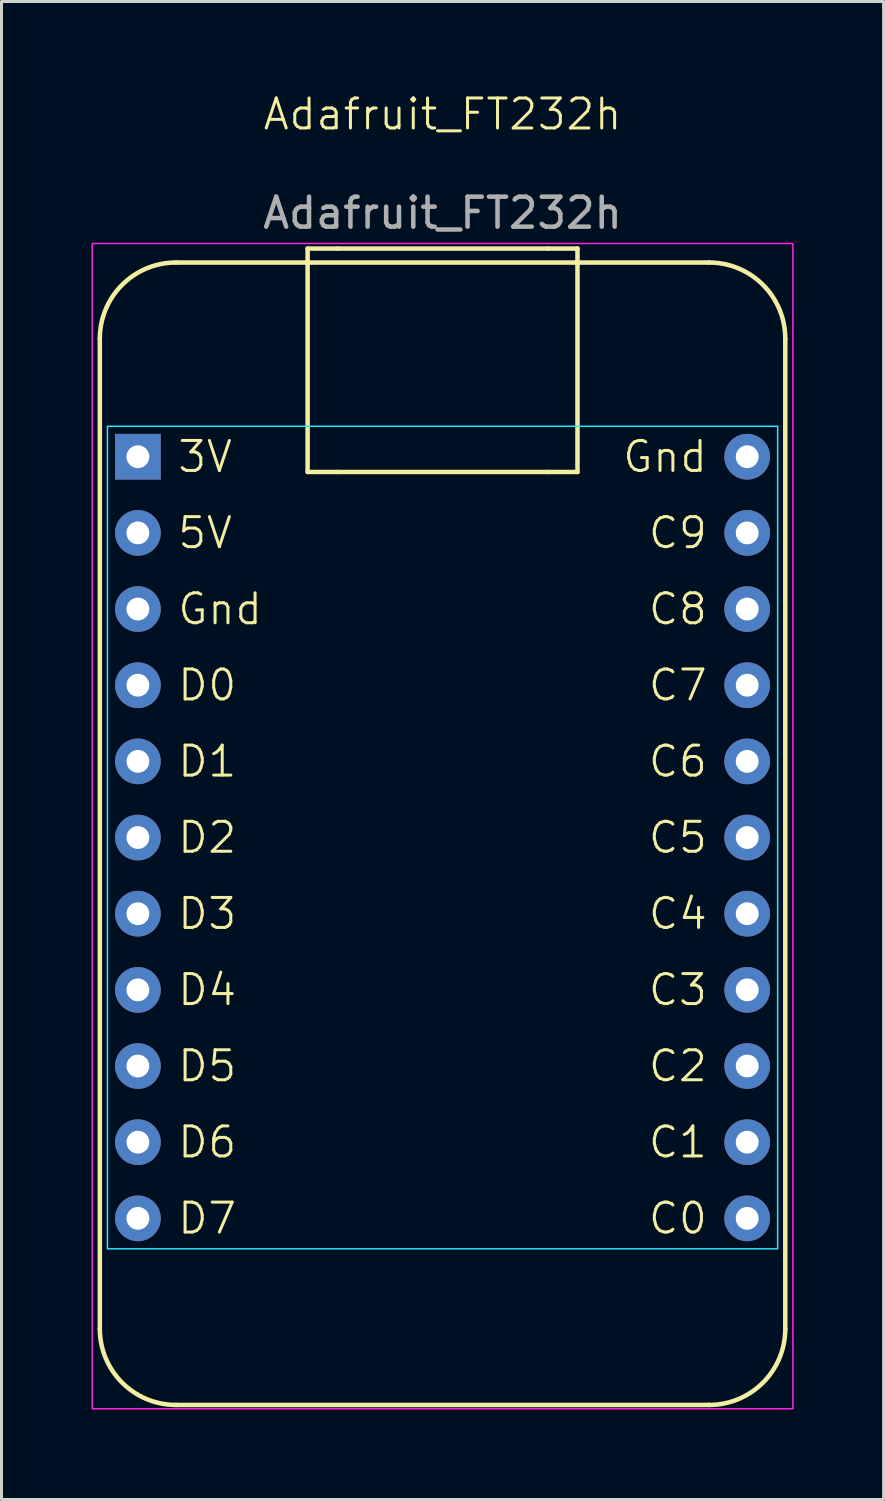
<source format=kicad_pcb>
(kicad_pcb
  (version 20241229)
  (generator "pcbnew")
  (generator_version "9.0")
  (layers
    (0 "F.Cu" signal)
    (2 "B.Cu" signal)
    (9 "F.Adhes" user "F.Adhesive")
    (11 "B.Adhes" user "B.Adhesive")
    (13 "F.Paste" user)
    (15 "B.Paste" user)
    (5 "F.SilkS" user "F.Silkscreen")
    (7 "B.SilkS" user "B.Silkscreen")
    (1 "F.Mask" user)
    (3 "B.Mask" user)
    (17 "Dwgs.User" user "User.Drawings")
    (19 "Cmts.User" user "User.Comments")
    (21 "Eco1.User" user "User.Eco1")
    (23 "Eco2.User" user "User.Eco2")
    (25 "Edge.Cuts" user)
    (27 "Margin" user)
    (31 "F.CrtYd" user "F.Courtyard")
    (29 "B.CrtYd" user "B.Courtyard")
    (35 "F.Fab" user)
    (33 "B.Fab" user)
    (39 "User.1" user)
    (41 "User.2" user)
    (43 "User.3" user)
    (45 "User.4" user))
  (footprint "Adafruit_FT232h"
    (layer "F.Cu")
    (at 1.549 12.182)
    (property "Reference" "Adafruit_FT232h" (at 10.16 -11.422 0) (unlocked yes) (layer "F.SilkS") (effects (font (size 1 1) (thickness 0.1))))
    (attr through_hole)
    (fp_line (start -1.27 -3.937) (end -1.27 29.083) (stroke (width 0.15) (type solid)) (layer "F.SilkS"))
    (fp_line (start 1.27 31.623) (end 19.05 31.623) (stroke (width 0.15) (type solid)) (layer "F.SilkS"))
    (fp_line (start 5.66 -6.942) (end 6.66 -6.942) (stroke (width 0.15) (type solid)) (layer "F.SilkS"))
    (fp_line (start 5.66 0.508) (end 5.66 -6.942) (stroke (width 0.15) (type solid)) (layer "F.SilkS"))
    (fp_line (start 6.66 -6.942) (end 13.66 -6.942) (stroke (width 0.15) (type solid)) (layer "F.SilkS"))
    (fp_line (start 6.66 0.508) (end 5.66 0.508) (stroke (width 0.15) (type solid)) (layer "F.SilkS"))
    (fp_line (start 6.66 0.508) (end 13.66 0.508) (stroke (width 0.15) (type solid)) (layer "F.SilkS"))
    (fp_line (start 13.66 -6.942) (end 14.66 -6.942) (stroke (width 0.15) (type solid)) (layer "F.SilkS"))
    (fp_line (start 14.66 -6.942) (end 14.66 0.508) (stroke (width 0.15) (type solid)) (layer "F.SilkS"))
    (fp_line (start 14.66 0.508) (end 13.66 0.508) (stroke (width 0.15) (type solid)) (layer "F.SilkS"))
    (fp_line (start 19.05 -6.477) (end 1.27 -6.477) (stroke (width 0.15) (type solid)) (layer "F.SilkS"))
    (fp_line (start 21.59 29.083) (end 21.59 -3.937) (stroke (width 0.15) (type solid)) (layer "F.SilkS"))
    (fp_arc (start -1.27 -3.937) (mid -0.526051 -5.733051) (end 1.27 -6.477) (stroke (width 0.15) (type solid)) (layer "F.SilkS"))
    (fp_arc (start 1.27 31.623) (mid -0.526051 30.879051) (end -1.27 29.083) (stroke (width 0.15) (type solid)) (layer "F.SilkS"))
    (fp_arc (start 19.05 -6.477) (mid 20.846051 -5.733051) (end 21.59 -3.937) (stroke (width 0.15) (type solid)) (layer "F.SilkS"))
    (fp_arc (start 21.59 29.083) (mid 20.846051 30.879051) (end 19.05 31.623) (stroke (width 0.15) (type solid)) (layer "F.SilkS"))
    (fp_rect (start -1.016 -1.016) (end 21.336 26.416) (stroke (width 0.05) (type default)) (fill no) (layer "B.CrtYd"))
    (fp_rect (start -1.524 -7.112) (end 21.844 31.75) (stroke (width 0.05) (type default)) (fill no) (layer "F.CrtYd"))
    (fp_text user "C0" (at 19.05 25.4 0) (unlocked yes) (layer "F.SilkS") (effects (font (size 1 1) (thickness 0.1)) (justify right)))
    (fp_text user "D4" (at 1.27 17.78 0) (unlocked yes) (layer "F.SilkS") (effects (font (size 1 1) (thickness 0.1)) (justify left)))
    (fp_text user "C6" (at 19.05 10.16 0) (unlocked yes) (layer "F.SilkS") (effects (font (size 1 1) (thickness 0.1)) (justify right)))
    (fp_text user "Gnd" (at 19.05 0 0) (unlocked yes) (layer "F.SilkS") (effects (font (size 1 1) (thickness 0.1)) (justify right)))
    (fp_text user "C9" (at 19.05 2.54 0) (unlocked yes) (layer "F.SilkS") (effects (font (size 1 1) (thickness 0.1)) (justify right)))
    (fp_text user "5V" (at 1.27 2.54 0) (unlocked yes) (layer "F.SilkS") (effects (font (size 1 1) (thickness 0.1)) (justify left)))
    (fp_text user "D6" (at 1.27 22.86 0) (unlocked yes) (layer "F.SilkS") (effects (font (size 1 1) (thickness 0.1)) (justify left)))
    (fp_text user "C7" (at 19.05 7.62 0) (unlocked yes) (layer "F.SilkS") (effects (font (size 1 1) (thickness 0.1)) (justify right)))
    (fp_text user "Gnd" (at 1.27 5.08 0) (unlocked yes) (layer "F.SilkS") (effects (font (size 1 1) (thickness 0.1)) (justify left)))
    (fp_text user "3V" (at 1.27 0 0) (unlocked yes) (layer "F.SilkS") (effects (font (size 1 1) (thickness 0.1)) (justify left)))
    (fp_text user "D1" (at 1.27 10.16 0) (unlocked yes) (layer "F.SilkS") (effects (font (size 1 1) (thickness 0.1)) (justify left)))
    (fp_text user "C3" (at 19.05 17.78 0) (unlocked yes) (layer "F.SilkS") (effects (font (size 1 1) (thickness 0.1)) (justify right)))
    (fp_text user "D2" (at 1.27 12.7 0) (unlocked yes) (layer "F.SilkS") (effects (font (size 1 1) (thickness 0.1)) (justify left)))
    (fp_text user "C8" (at 19.05 5.08 0) (unlocked yes) (layer "F.SilkS") (effects (font (size 1 1) (thickness 0.1)) (justify right)))
    (fp_text user "D7" (at 1.27 25.4 0) (unlocked yes) (layer "F.SilkS") (effects (font (size 1 1) (thickness 0.1)) (justify left)))
    (fp_text user "D0" (at 1.27 7.62 0) (unlocked yes) (layer "F.SilkS") (effects (font (size 1 1) (thickness 0.1)) (justify left)))
    (fp_text user "C4" (at 19.05 15.24 0) (unlocked yes) (layer "F.SilkS") (effects (font (size 1 1) (thickness 0.1)) (justify right)))
    (fp_text user "C2" (at 19.05 20.32 0) (unlocked yes) (layer "F.SilkS") (effects (font (size 1 1) (thickness 0.1)) (justify right)))
    (fp_text user "C5" (at 19.05 12.7 0) (unlocked yes) (layer "F.SilkS") (effects (font (size 1 1) (thickness 0.1)) (justify right)))
    (fp_text user "D5" (at 1.27 20.32 0) (unlocked yes) (layer "F.SilkS") (effects (font (size 1 1) (thickness 0.1)) (justify left)))
    (fp_text user "D3" (at 1.27 15.24 0) (unlocked yes) (layer "F.SilkS") (effects (font (size 1 1) (thickness 0.1)) (justify left)))
    (fp_text user "C1" (at 19.05 22.86 0) (unlocked yes) (layer "F.SilkS") (effects (font (size 1 1) (thickness 0.1)) (justify right)))
    (fp_text user "${REFERENCE}" (at 10.16 -8.128 0) (unlocked yes) (layer "F.Fab") (effects (font (size 1 1) (thickness 0.15))))
    (pad "1" thru_hole rect (at 0 0) (size 1.524 1.524) (drill 0.762) (layers "*.Cu" "*.Mask"))
    (pad "2" thru_hole circle (at 0 2.54) (size 1.524 1.524) (drill 0.762) (layers "*.Cu" "*.Mask"))
    (pad "3" thru_hole circle (at 0 5.08) (size 1.524 1.524) (drill 0.762) (layers "*.Cu" "*.Mask"))
    (pad "3" thru_hole circle (at 20.32 0) (size 1.524 1.524) (drill 0.762) (layers "*.Cu" "*.Mask"))
    (pad "4" thru_hole circle (at 0 7.62) (size 1.524 1.524) (drill 0.762) (layers "*.Cu" "*.Mask"))
    (pad "5" thru_hole circle (at 0 10.16) (size 1.524 1.524) (drill 0.762) (layers "*.Cu" "*.Mask"))
    (pad "6" thru_hole circle (at 0 12.7) (size 1.524 1.524) (drill 0.762) (layers "*.Cu" "*.Mask"))
    (pad "7" thru_hole circle (at 0 15.24) (size 1.524 1.524) (drill 0.762) (layers "*.Cu" "*.Mask"))
    (pad "8" thru_hole circle (at 0 17.78) (size 1.524 1.524) (drill 0.762) (layers "*.Cu" "*.Mask"))
    (pad "9" thru_hole circle (at 0 20.32) (size 1.524 1.524) (drill 0.762) (layers "*.Cu" "*.Mask"))
    (pad "10" thru_hole circle (at 0 22.86) (size 1.524 1.524) (drill 0.762) (layers "*.Cu" "*.Mask"))
    (pad "11" thru_hole circle (at 0 25.4) (size 1.524 1.524) (drill 0.762) (layers "*.Cu" "*.Mask"))
    (pad "12" thru_hole circle (at 20.32 25.4) (size 1.524 1.524) (drill 0.762) (layers "*.Cu" "*.Mask"))
    (pad "13" thru_hole circle (at 20.32 22.86) (size 1.524 1.524) (drill 0.762) (layers "*.Cu" "*.Mask"))
    (pad "14" thru_hole circle (at 20.32 20.32) (size 1.524 1.524) (drill 0.762) (layers "*.Cu" "*.Mask"))
    (pad "15" thru_hole circle (at 20.32 17.78) (size 1.524 1.524) (drill 0.762) (layers "*.Cu" "*.Mask"))
    (pad "16" thru_hole circle (at 20.32 15.24) (size 1.524 1.524) (drill 0.762) (layers "*.Cu" "*.Mask"))
    (pad "17" thru_hole circle (at 20.32 12.7) (size 1.524 1.524) (drill 0.762) (layers "*.Cu" "*.Mask"))
    (pad "18" thru_hole circle (at 20.32 10.16) (size 1.524 1.524) (drill 0.762) (layers "*.Cu" "*.Mask"))
    (pad "19" thru_hole circle (at 20.32 7.62) (size 1.524 1.524) (drill 0.762) (layers "*.Cu" "*.Mask"))
    (pad "20" thru_hole circle (at 20.32 5.08) (size 1.524 1.524) (drill 0.762) (layers "*.Cu" "*.Mask"))
    (pad "21" thru_hole circle (at 20.32 2.54) (size 1.524 1.524) (drill 0.762) (layers "*.Cu" "*.Mask")))
  (gr_rect
    (start -3 -3)
    (end 26.418 46.958)
    (stroke (width 0.1) (type default))
    (fill no)
    (layer "Edge.Cuts")))
</source>
